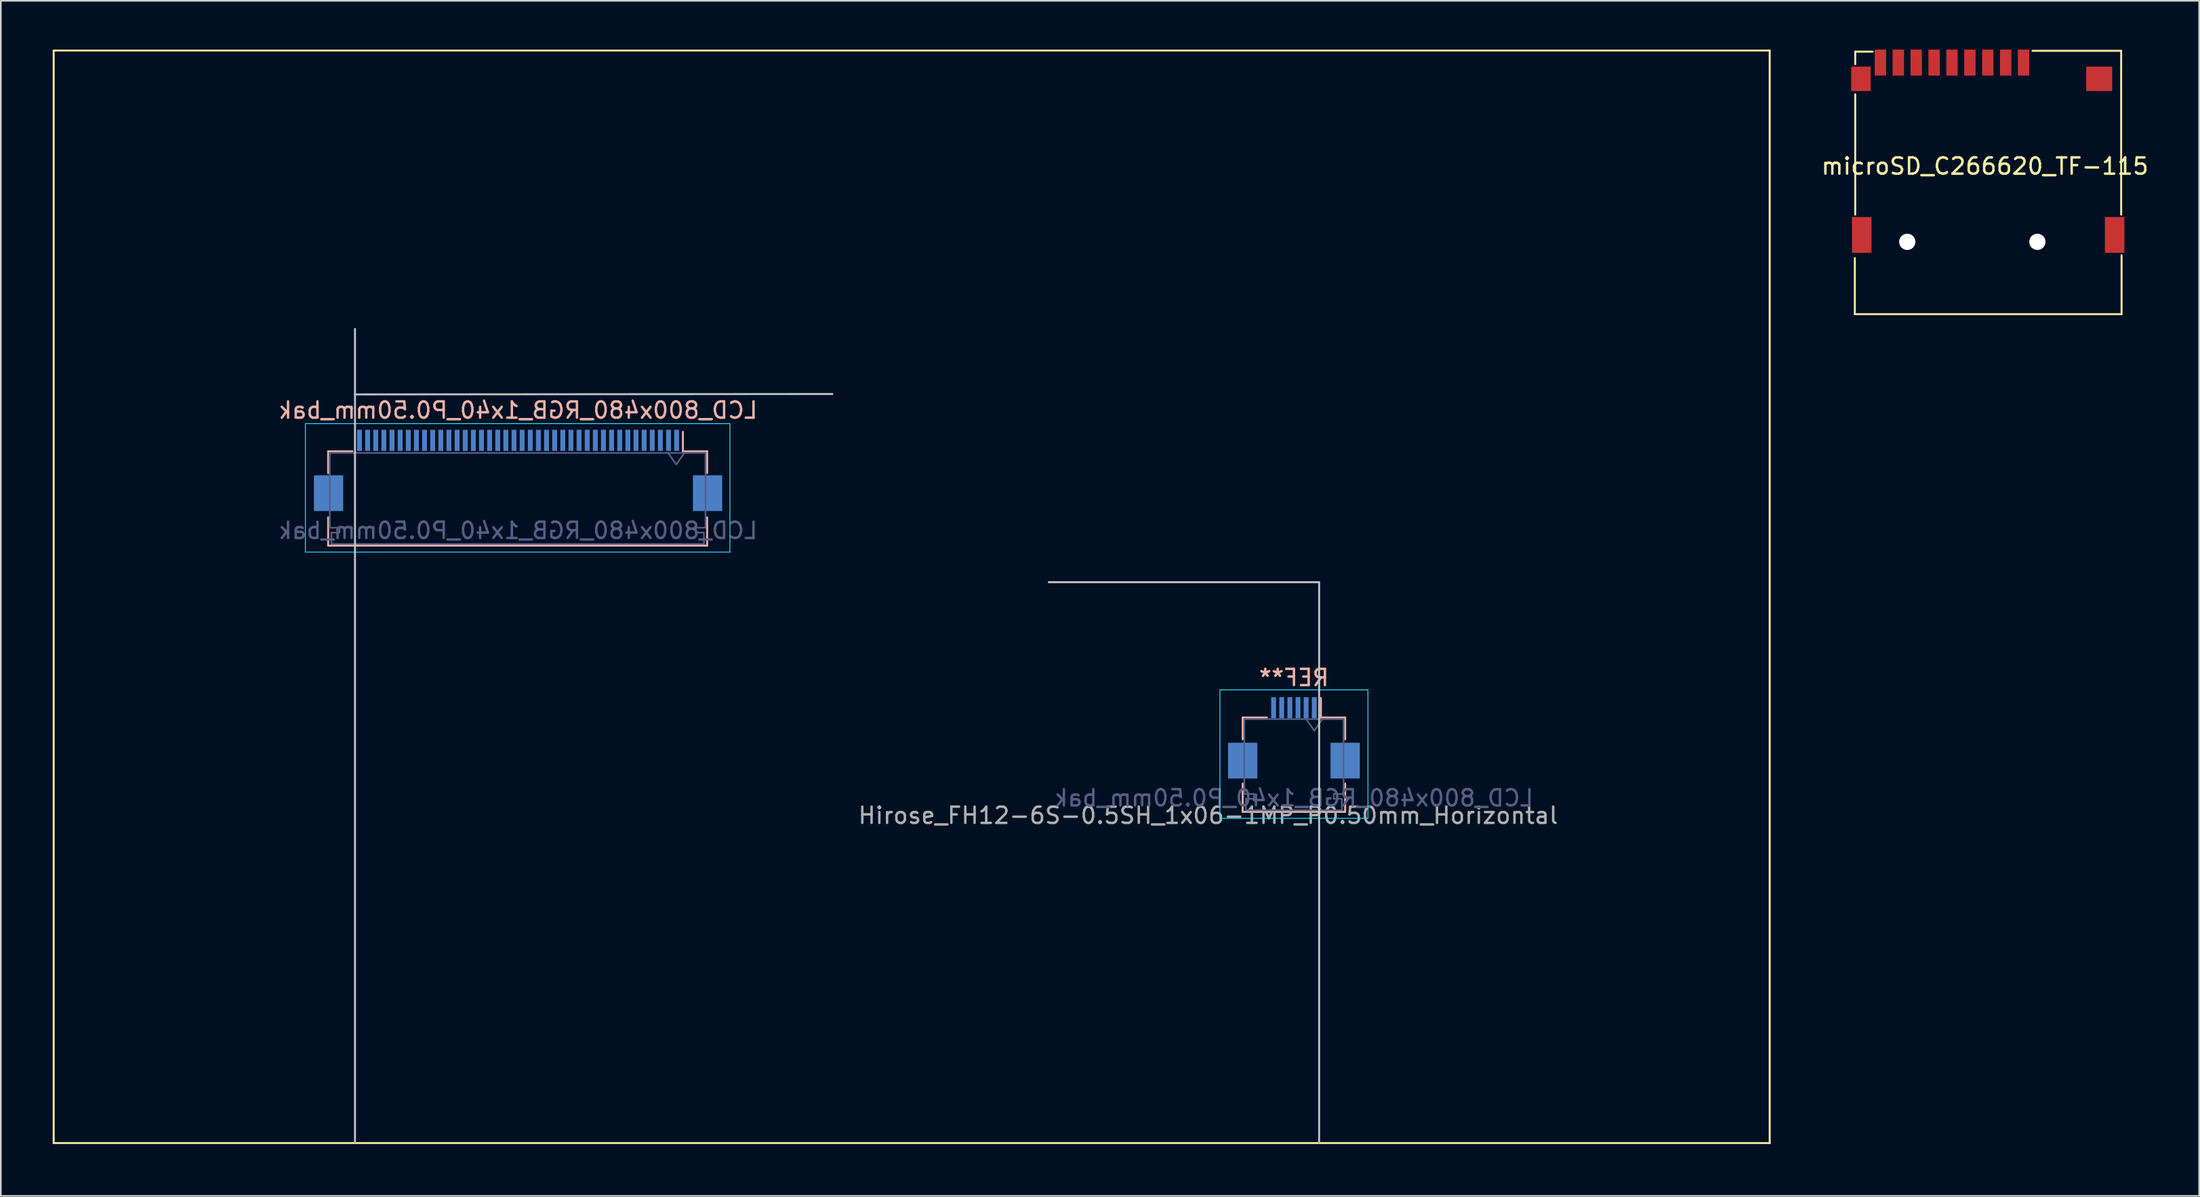
<source format=kicad_pcb>
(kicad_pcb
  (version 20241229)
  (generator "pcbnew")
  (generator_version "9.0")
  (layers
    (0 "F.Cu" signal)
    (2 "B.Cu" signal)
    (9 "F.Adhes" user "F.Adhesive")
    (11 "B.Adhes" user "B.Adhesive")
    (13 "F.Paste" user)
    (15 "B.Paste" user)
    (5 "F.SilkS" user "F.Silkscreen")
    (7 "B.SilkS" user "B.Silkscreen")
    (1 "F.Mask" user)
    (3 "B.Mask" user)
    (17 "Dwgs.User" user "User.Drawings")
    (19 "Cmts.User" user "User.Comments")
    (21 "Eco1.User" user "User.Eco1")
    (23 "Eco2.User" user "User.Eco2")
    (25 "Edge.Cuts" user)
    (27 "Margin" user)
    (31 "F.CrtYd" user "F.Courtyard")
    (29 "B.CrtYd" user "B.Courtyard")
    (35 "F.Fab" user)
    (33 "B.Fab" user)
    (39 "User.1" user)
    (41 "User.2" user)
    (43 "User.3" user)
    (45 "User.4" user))
  (footprint "LCD_800x480_RGB_1x40_P0.50mm_bak"
    (layer "F.Cu")
    (at 0.25 67.26)
    (property "Reference" "LCD_800x480_RGB_1x40_P0.50mm_bak" (at 28.55 -45.075 180) (layer "B.SilkS") (effects (font (size 1 1) (thickness 0.15)) (justify mirror)))
    (attr smd)
    (fp_line (start 0 -67.2) (end 105.5 -67.2) (stroke (width 0.12) (type solid)) (layer "F.SilkS"))
    (fp_line (start 0 0) (end 0 -67.2) (stroke (width 0.12) (type solid)) (layer "F.SilkS"))
    (fp_line (start 105.5 -67.2) (end 105.5 0) (stroke (width 0.12) (type solid)) (layer "F.SilkS"))
    (fp_line (start 105.5 0) (end 0 0) (stroke (width 0.12) (type solid)) (layer "F.SilkS"))
    (fp_line (start 16.875 -42.55) (end 16.875 -41.21) (stroke (width 0.12) (type solid)) (layer "B.SilkS"))
    (fp_line (start 16.875 -36.75) (end 16.875 -38.49) (stroke (width 0.12) (type solid)) (layer "B.SilkS"))
    (fp_line (start 18.365 -42.55) (end 16.875 -42.55) (stroke (width 0.12) (type solid)) (layer "B.SilkS"))
    (fp_line (start 38.685 -42.55) (end 38.685 -43.75) (stroke (width 0.12) (type solid)) (layer "B.SilkS"))
    (fp_line (start 38.685 -42.55) (end 40.175 -42.55) (stroke (width 0.12) (type solid)) (layer "B.SilkS"))
    (fp_line (start 40.175 -42.55) (end 40.175 -41.21) (stroke (width 0.12) (type solid)) (layer "B.SilkS"))
    (fp_line (start 40.175 -38.49) (end 40.175 -36.75) (stroke (width 0.12) (type solid)) (layer "B.SilkS"))
    (fp_line (start 40.175 -36.75) (end 16.875 -36.75) (stroke (width 0.12) (type solid)) (layer "B.SilkS"))
    (fp_line (start 73.1 -26.175) (end 73.1 -24.835) (stroke (width 0.12) (type solid)) (layer "B.SilkS"))
    (fp_line (start 73.1 -20.375) (end 73.1 -22.115) (stroke (width 0.12) (type solid)) (layer "B.SilkS"))
    (fp_line (start 74.59 -26.175) (end 73.1 -26.175) (stroke (width 0.12) (type solid)) (layer "B.SilkS"))
    (fp_line (start 77.91 -26.175) (end 77.91 -27.375) (stroke (width 0.12) (type solid)) (layer "B.SilkS"))
    (fp_line (start 77.91 -26.175) (end 79.4 -26.175) (stroke (width 0.12) (type solid)) (layer "B.SilkS"))
    (fp_line (start 79.4 -26.175) (end 79.4 -24.835) (stroke (width 0.12) (type solid)) (layer "B.SilkS"))
    (fp_line (start 79.4 -22.115) (end 79.4 -20.375) (stroke (width 0.12) (type solid)) (layer "B.SilkS"))
    (fp_line (start 79.4 -20.375) (end 73.1 -20.375) (stroke (width 0.12) (type solid)) (layer "B.SilkS"))
    (fp_line (start 18.525 -46.05) (end 47.875 -46.075) (stroke (width 0.12) (type solid)) (layer "Dwgs.User"))
    (fp_line (start 18.525 0) (end 18.525 -50.075) (stroke (width 0.12) (type solid)) (layer "Dwgs.User"))
    (fp_line (start 77.8 -34.5) (end 61.175 -34.5) (stroke (width 0.12) (type solid)) (layer "Dwgs.User"))
    (fp_line (start 77.8 0) (end 77.8 -34.5) (stroke (width 0.12) (type solid)) (layer "Dwgs.User"))
    (fp_line (start 15.475 -44.25) (end 41.575 -44.25) (stroke (width 0.05) (type solid)) (layer "B.CrtYd"))
    (fp_line (start 15.475 -36.35) (end 15.475 -44.25) (stroke (width 0.05) (type solid)) (layer "B.CrtYd"))
    (fp_line (start 41.575 -44.25) (end 41.575 -36.35) (stroke (width 0.05) (type solid)) (layer "B.CrtYd"))
    (fp_line (start 41.575 -36.35) (end 15.475 -36.35) (stroke (width 0.05) (type solid)) (layer "B.CrtYd"))
    (fp_line (start 71.7 -27.875) (end 80.8 -27.875) (stroke (width 0.05) (type solid)) (layer "B.CrtYd"))
    (fp_line (start 71.7 -19.975) (end 71.7 -27.875) (stroke (width 0.05) (type solid)) (layer "B.CrtYd"))
    (fp_line (start 80.8 -27.875) (end 80.8 -19.975) (stroke (width 0.05) (type solid)) (layer "B.CrtYd"))
    (fp_line (start 80.8 -19.975) (end 71.7 -19.975) (stroke (width 0.05) (type solid)) (layer "B.CrtYd"))
    (fp_line (start 16.975 -42.45) (end 16.975 -37.85) (stroke (width 0.1) (type solid)) (layer "B.Fab"))
    (fp_line (start 16.975 -37.85) (end 17.575 -37.85) (stroke (width 0.1) (type solid)) (layer "B.Fab"))
    (fp_line (start 17.075 -37.55) (end 17.075 -36.85) (stroke (width 0.1) (type solid)) (layer "B.Fab"))
    (fp_line (start 17.075 -36.85) (end 28.525 -36.85) (stroke (width 0.1) (type solid)) (layer "B.Fab"))
    (fp_line (start 17.575 -37.85) (end 17.575 -37.55) (stroke (width 0.1) (type solid)) (layer "B.Fab"))
    (fp_line (start 17.575 -37.55) (end 17.075 -37.55) (stroke (width 0.1) (type solid)) (layer "B.Fab"))
    (fp_line (start 28.525 -42.45) (end 16.975 -42.45) (stroke (width 0.1) (type solid)) (layer "B.Fab"))
    (fp_line (start 28.525 -42.45) (end 40.075 -42.45) (stroke (width 0.1) (type solid)) (layer "B.Fab"))
    (fp_line (start 38.275 -41.743) (end 37.775 -42.45) (stroke (width 0.1) (type solid)) (layer "B.Fab"))
    (fp_line (start 38.775 -42.45) (end 38.275 -41.743) (stroke (width 0.1) (type solid)) (layer "B.Fab"))
    (fp_line (start 39.475 -37.85) (end 39.475 -37.55) (stroke (width 0.1) (type solid)) (layer "B.Fab"))
    (fp_line (start 39.475 -37.55) (end 39.975 -37.55) (stroke (width 0.1) (type solid)) (layer "B.Fab"))
    (fp_line (start 39.975 -37.55) (end 39.975 -36.85) (stroke (width 0.1) (type solid)) (layer "B.Fab"))
    (fp_line (start 39.975 -36.85) (end 28.525 -36.85) (stroke (width 0.1) (type solid)) (layer "B.Fab"))
    (fp_line (start 40.075 -42.45) (end 40.075 -37.85) (stroke (width 0.1) (type solid)) (layer "B.Fab"))
    (fp_line (start 40.075 -37.85) (end 39.475 -37.85) (stroke (width 0.1) (type solid)) (layer "B.Fab"))
    (fp_line (start 73.2 -26.075) (end 73.2 -21.475) (stroke (width 0.1) (type solid)) (layer "B.Fab"))
    (fp_line (start 73.2 -21.475) (end 73.8 -21.475) (stroke (width 0.1) (type solid)) (layer "B.Fab"))
    (fp_line (start 73.3 -21.175) (end 73.3 -20.475) (stroke (width 0.1) (type solid)) (layer "B.Fab"))
    (fp_line (start 73.3 -20.475) (end 76.25 -20.475) (stroke (width 0.1) (type solid)) (layer "B.Fab"))
    (fp_line (start 73.8 -21.475) (end 73.8 -21.175) (stroke (width 0.1) (type solid)) (layer "B.Fab"))
    (fp_line (start 73.8 -21.175) (end 73.3 -21.175) (stroke (width 0.1) (type solid)) (layer "B.Fab"))
    (fp_line (start 76.25 -26.075) (end 73.2 -26.075) (stroke (width 0.1) (type solid)) (layer "B.Fab"))
    (fp_line (start 76.25 -26.075) (end 79.3 -26.075) (stroke (width 0.1) (type solid)) (layer "B.Fab"))
    (fp_line (start 77.5 -25.368) (end 77 -26.075) (stroke (width 0.1) (type solid)) (layer "B.Fab"))
    (fp_line (start 78 -26.075) (end 77.5 -25.368) (stroke (width 0.1) (type solid)) (layer "B.Fab"))
    (fp_line (start 78.7 -21.475) (end 78.7 -21.175) (stroke (width 0.1) (type solid)) (layer "B.Fab"))
    (fp_line (start 78.7 -21.175) (end 79.2 -21.175) (stroke (width 0.1) (type solid)) (layer "B.Fab"))
    (fp_line (start 79.2 -21.175) (end 79.2 -20.475) (stroke (width 0.1) (type solid)) (layer "B.Fab"))
    (fp_line (start 79.2 -20.475) (end 76.25 -20.475) (stroke (width 0.1) (type solid)) (layer "B.Fab"))
    (fp_line (start 79.3 -26.075) (end 79.3 -21.475) (stroke (width 0.1) (type solid)) (layer "B.Fab"))
    (fp_line (start 79.3 -21.475) (end 78.7 -21.475) (stroke (width 0.1) (type solid)) (layer "B.Fab"))
    (fp_text user "REF**" (at 76.25 -28.625 180) (layer "B.SilkS") (effects (font (size 1 1) (thickness 0.15)) (justify mirror)))
    (fp_text user "${REFERENCE}" (at 76.25 -21.225 180) (layer "B.Fab") (effects (font (size 1 1) (thickness 0.15)) (justify mirror)))
    (fp_text user "${REFERENCE}" (at 28.55 -37.675 180) (layer "B.Fab") (effects (font (size 1 1) (thickness 0.15)) (justify mirror)))
    (fp_text user "Hirose_FH12-6S-0.5SH_1x06-1MP_P0.50mm_Horizontal" (at 70.975 -20.15 0) (layer "F.Fab") (effects (font (size 1 1) (thickness 0.15))))
    (pad "1" smd rect (at 18.8 -43.225 180) (size 0.3 1.3) (layers "B.Cu" "B.Mask" "B.Paste"))
    (pad "2" smd rect (at 19.3 -43.225 180) (size 0.3 1.3) (layers "B.Cu" "B.Mask" "B.Paste"))
    (pad "3" smd rect (at 19.8 -43.225 180) (size 0.3 1.3) (layers "B.Cu" "B.Mask" "B.Paste"))
    (pad "4" smd rect (at 20.3 -43.225 180) (size 0.3 1.3) (layers "B.Cu" "B.Mask" "B.Paste"))
    (pad "5" smd rect (at 20.8 -43.225 180) (size 0.3 1.3) (layers "B.Cu" "B.Mask" "B.Paste"))
    (pad "6" smd rect (at 21.3 -43.225 180) (size 0.3 1.3) (layers "B.Cu" "B.Mask" "B.Paste"))
    (pad "7" smd rect (at 21.8 -43.225 180) (size 0.3 1.3) (layers "B.Cu" "B.Mask" "B.Paste"))
    (pad "8" smd rect (at 22.3 -43.225 180) (size 0.3 1.3) (layers "B.Cu" "B.Mask" "B.Paste"))
    (pad "9" smd rect (at 22.8 -43.225 180) (size 0.3 1.3) (layers "B.Cu" "B.Mask" "B.Paste"))
    (pad "10" smd rect (at 23.3 -43.225 180) (size 0.3 1.3) (layers "B.Cu" "B.Mask" "B.Paste"))
    (pad "11" smd rect (at 23.8 -43.225 180) (size 0.3 1.3) (layers "B.Cu" "B.Mask" "B.Paste"))
    (pad "12" smd rect (at 24.3 -43.225 180) (size 0.3 1.3) (layers "B.Cu" "B.Mask" "B.Paste"))
    (pad "13" smd rect (at 24.8 -43.225 180) (size 0.3 1.3) (layers "B.Cu" "B.Mask" "B.Paste"))
    (pad "14" smd rect (at 25.3 -43.225 180) (size 0.3 1.3) (layers "B.Cu" "B.Mask" "B.Paste"))
    (pad "15" smd rect (at 25.8 -43.225 180) (size 0.3 1.3) (layers "B.Cu" "B.Mask" "B.Paste"))
    (pad "16" smd rect (at 26.3 -43.225 180) (size 0.3 1.3) (layers "B.Cu" "B.Mask" "B.Paste"))
    (pad "17" smd rect (at 26.8 -43.225 180) (size 0.3 1.3) (layers "B.Cu" "B.Mask" "B.Paste"))
    (pad "18" smd rect (at 27.3 -43.225 180) (size 0.3 1.3) (layers "B.Cu" "B.Mask" "B.Paste"))
    (pad "19" smd rect (at 27.8 -43.225 180) (size 0.3 1.3) (layers "B.Cu" "B.Mask" "B.Paste"))
    (pad "20" smd rect (at 28.3 -43.225 180) (size 0.3 1.3) (layers "B.Cu" "B.Mask" "B.Paste"))
    (pad "21" smd rect (at 28.8 -43.225 180) (size 0.3 1.3) (layers "B.Cu" "B.Mask" "B.Paste"))
    (pad "22" smd rect (at 29.3 -43.225 180) (size 0.3 1.3) (layers "B.Cu" "B.Mask" "B.Paste"))
    (pad "23" smd rect (at 29.8 -43.225 180) (size 0.3 1.3) (layers "B.Cu" "B.Mask" "B.Paste"))
    (pad "24" smd rect (at 30.3 -43.225 180) (size 0.3 1.3) (layers "B.Cu" "B.Mask" "B.Paste"))
    (pad "25" smd rect (at 30.8 -43.225 180) (size 0.3 1.3) (layers "B.Cu" "B.Mask" "B.Paste"))
    (pad "26" smd rect (at 31.3 -43.225 180) (size 0.3 1.3) (layers "B.Cu" "B.Mask" "B.Paste"))
    (pad "27" smd rect (at 31.8 -43.225 180) (size 0.3 1.3) (layers "B.Cu" "B.Mask" "B.Paste"))
    (pad "28" smd rect (at 32.3 -43.225 180) (size 0.3 1.3) (layers "B.Cu" "B.Mask" "B.Paste"))
    (pad "29" smd rect (at 32.8 -43.225 180) (size 0.3 1.3) (layers "B.Cu" "B.Mask" "B.Paste"))
    (pad "30" smd rect (at 33.3 -43.225 180) (size 0.3 1.3) (layers "B.Cu" "B.Mask" "B.Paste"))
    (pad "31" smd rect (at 33.8 -43.225 180) (size 0.3 1.3) (layers "B.Cu" "B.Mask" "B.Paste"))
    (pad "32" smd rect (at 34.3 -43.225 180) (size 0.3 1.3) (layers "B.Cu" "B.Mask" "B.Paste"))
    (pad "33" smd rect (at 34.8 -43.225 180) (size 0.3 1.3) (layers "B.Cu" "B.Mask" "B.Paste"))
    (pad "34" smd rect (at 35.3 -43.225 180) (size 0.3 1.3) (layers "B.Cu" "B.Mask" "B.Paste"))
    (pad "35" smd rect (at 35.8 -43.225 180) (size 0.3 1.3) (layers "B.Cu" "B.Mask" "B.Paste"))
    (pad "36" smd rect (at 36.3 -43.225 180) (size 0.3 1.3) (layers "B.Cu" "B.Mask" "B.Paste"))
    (pad "37" smd rect (at 36.8 -43.225 180) (size 0.3 1.3) (layers "B.Cu" "B.Mask" "B.Paste"))
    (pad "38" smd rect (at 37.3 -43.225 180) (size 0.3 1.3) (layers "B.Cu" "B.Mask" "B.Paste"))
    (pad "39" smd rect (at 37.8 -43.225 180) (size 0.3 1.3) (layers "B.Cu" "B.Mask" "B.Paste"))
    (pad "40" smd rect (at 38.3 -43.225 180) (size 0.3 1.3) (layers "B.Cu" "B.Mask" "B.Paste"))
    (pad "41" smd rect (at 75 -26.775 180) (size 0.3 1.3) (layers "B.Cu" "B.Mask" "B.Paste"))
    (pad "42" smd rect (at 75.5 -26.775 180) (size 0.3 1.3) (layers "B.Cu" "B.Mask" "B.Paste"))
    (pad "43" smd rect (at 76 -26.775 180) (size 0.3 1.3) (layers "B.Cu" "B.Mask" "B.Paste"))
    (pad "44" smd rect (at 76.5 -26.775 180) (size 0.3 1.3) (layers "B.Cu" "B.Mask" "B.Paste"))
    (pad "45" smd rect (at 77 -26.775 180) (size 0.3 1.3) (layers "B.Cu" "B.Mask" "B.Paste"))
    (pad "46" smd rect (at 77.5 -26.775 180) (size 0.3 1.3) (layers "B.Cu" "B.Mask" "B.Paste"))
    (pad "MP" smd rect (at 16.9 -39.975 180) (size 1.8 2.2) (layers "B.Cu" "B.Mask" "B.Paste"))
    (pad "MP" smd rect (at 40.2 -39.975 180) (size 1.8 2.2) (layers "B.Cu" "B.Mask" "B.Paste"))
    (pad "MP" smd rect (at 73.1 -23.525 180) (size 1.8 2.2) (layers "B.Cu" "B.Mask" "B.Paste"))
    (pad "MP" smd rect (at 79.4 -23.525 180) (size 1.8 2.2) (layers "B.Cu" "B.Mask" "B.Paste")))
  (footprint "microSD_C266620_TF-115"
    (layer "F.Cu")
    (at 119.158 11.825)
    (property "Reference" "microSD_C266620_TF-115" (at -0.175 -4.65 180) (layer "F.SilkS") (effects (font (size 1 1) (thickness 0.15))))
    (attr smd)
    (fp_line (start -8.175 4.45) (end -8.175 1) (stroke (width 0.12) (type solid)) (layer "F.SilkS"))
    (fp_line (start -8.15 -11.7) (end -8.15 -10.925) (stroke (width 0.12) (type solid)) (layer "F.SilkS"))
    (fp_line (start -8.15 -1.675) (end -8.15 -9.075) (stroke (width 0.12) (type solid)) (layer "F.SilkS"))
    (fp_line (start -7.075 -11.7) (end -8.15 -11.7) (stroke (width 0.12) (type solid)) (layer "F.SilkS"))
    (fp_line (start 8.2 -11.75) (end 2.75 -11.75) (stroke (width 0.12) (type solid)) (layer "F.SilkS"))
    (fp_line (start 8.2 -1.675) (end 8.2 -11.75) (stroke (width 0.12) (type solid)) (layer "F.SilkS"))
    (fp_line (start 8.225 4.45) (end -8.175 4.45) (stroke (width 0.12) (type solid)) (layer "F.SilkS"))
    (fp_line (start 8.225 4.45) (end 8.225 0.825) (stroke (width 0.12) (type solid)) (layer "F.SilkS"))
    (pad "" np_thru_hole circle (at -4.95 0 180) (size 1 1) (drill 1) (layers "*.Cu" "*.Mask"))
    (pad "" np_thru_hole circle (at 3.05 0 180) (size 1 1) (drill 1) (layers "*.Cu" "*.Mask"))
    (pad "1" smd rect (at 2.2 -11.025 180) (size 0.7 1.6) (layers "F.Cu" "F.Mask" "F.Paste"))
    (pad "2" smd rect (at 1.1 -11.025 180) (size 0.7 1.6) (layers "F.Cu" "F.Mask" "F.Paste"))
    (pad "3" smd rect (at 0 -11.025 180) (size 0.7 1.6) (layers "F.Cu" "F.Mask" "F.Paste"))
    (pad "4" smd rect (at -1.1 -11.025 180) (size 0.7 1.6) (layers "F.Cu" "F.Mask" "F.Paste"))
    (pad "5" smd rect (at -2.2 -11.025 180) (size 0.7 1.6) (layers "F.Cu" "F.Mask" "F.Paste"))
    (pad "6" smd rect (at -3.3 -11.025 180) (size 0.7 1.6) (layers "F.Cu" "F.Mask" "F.Paste"))
    (pad "7" smd rect (at -4.4 -11.025 180) (size 0.7 1.6) (layers "F.Cu" "F.Mask" "F.Paste"))
    (pad "8" smd rect (at -5.5 -11.025 180) (size 0.7 1.6) (layers "F.Cu" "F.Mask" "F.Paste"))
    (pad "9" smd rect (at -7.8 -10.025 180) (size 1.2 1.5) (layers "F.Cu" "F.Mask" "F.Paste"))
    (pad "9" smd rect (at -7.75 -0.425 180) (size 1.2 2.2) (layers "F.Cu" "F.Mask" "F.Paste"))
    (pad "9" smd rect (at 6.85 -10.025 180) (size 1.6 1.5) (layers "F.Cu" "F.Mask" "F.Paste"))
    (pad "9" smd rect (at 7.8 -0.425 180) (size 1.2 2.2) (layers "F.Cu" "F.Mask" "F.Paste"))
    (pad "DET" smd rect (at -6.6 -11.025 180) (size 0.7 1.6) (layers "F.Cu" "F.Mask" "F.Paste")))
  (gr_rect
    (start -3 -3)
    (end 132.155 70.51)
    (stroke (width 0.1) (type default))
    (fill no)
    (layer "Edge.Cuts")))
</source>
